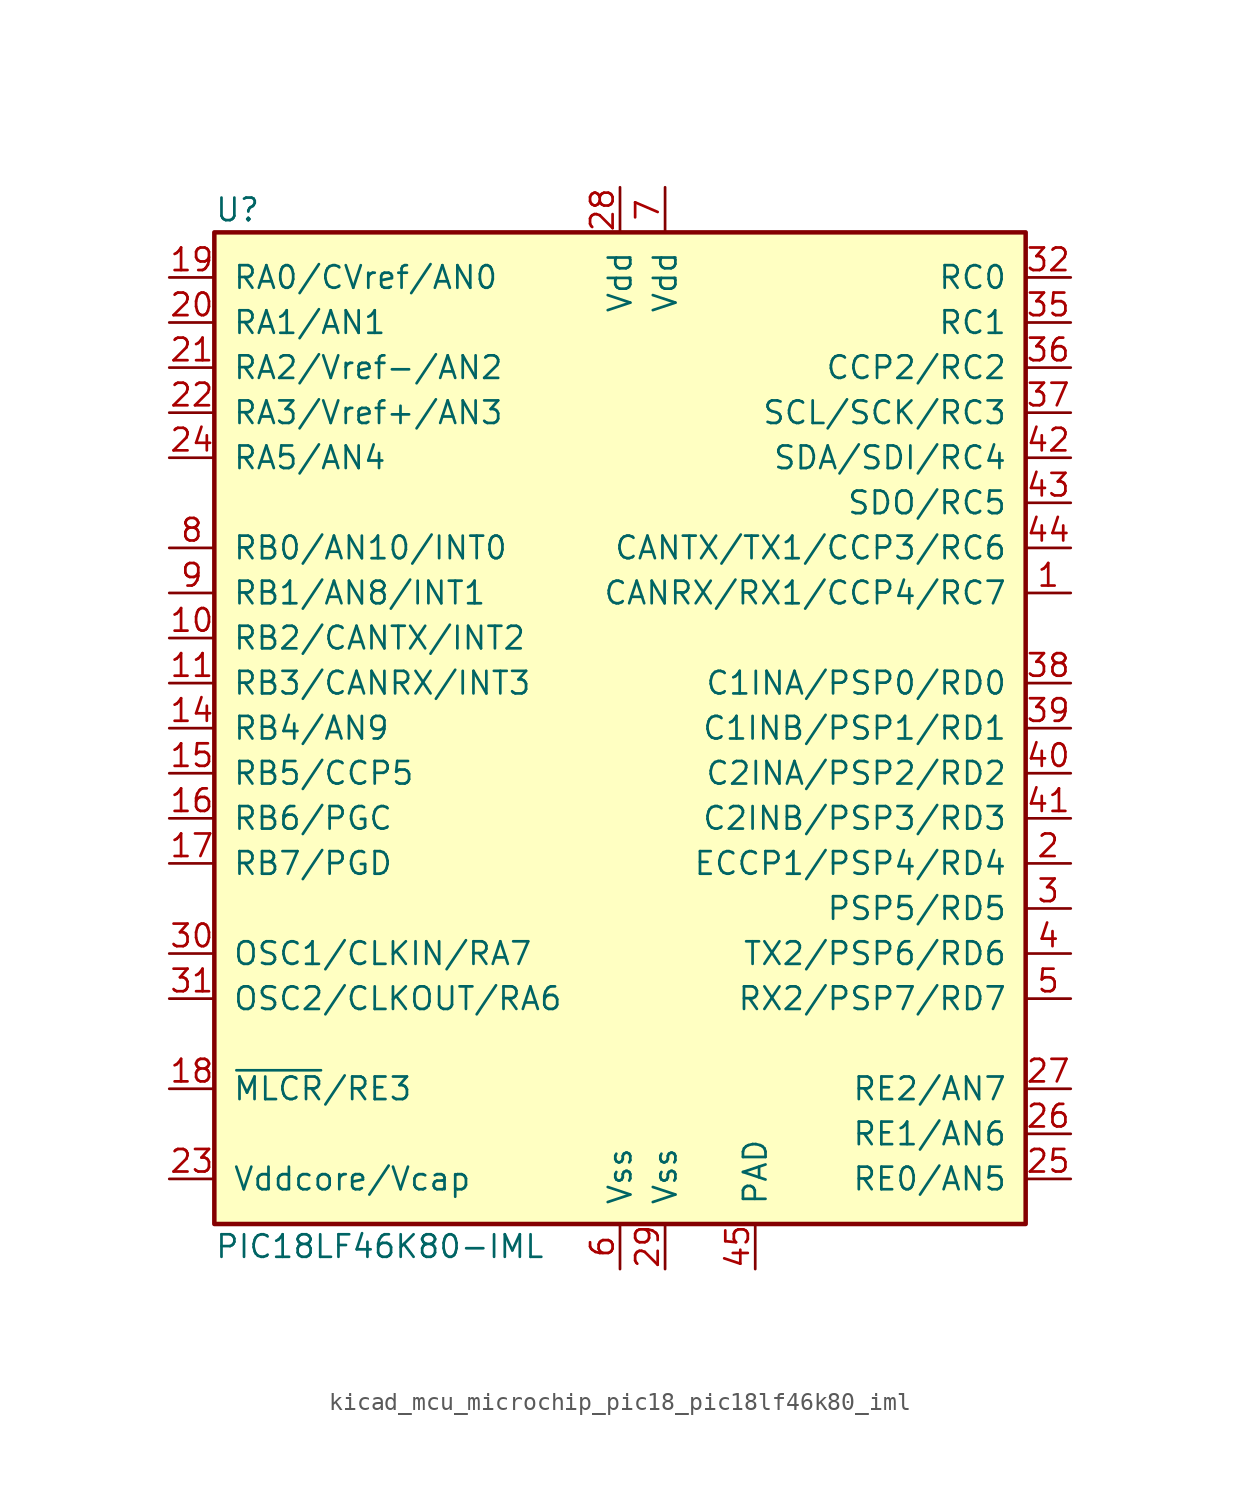
<source format=kicad_sym>
(kicad_symbol_lib
  (version 20220914)
  (generator kicad_symbol_editor)
  (symbol "kicad_mcu_microchip_pic18_pic18lf46k80_iml"
    (pin_names
      (offset 1.016))
    (property "Reference" "U"
      (at -22.86 29.21 0)
      (effects (font (size 1.27 1.27)) (justify left)))
    (property "Value" "PIC18LF46K80-IML"
      (at -22.86 -29.21 0)
      (effects (font (size 1.27 1.27)) (justify left)))
    (symbol "kicad_mcu_microchip_pic18_pic18lf46k80_iml_0_1"
      (rectangle (start -22.86 27.94) (end 22.86 -27.94) (stroke (width 0.254) (type default)) (fill (type background))))
    (symbol "kicad_mcu_microchip_pic18_pic18lf46k80_iml_1_1"
      (pin bidirectional line (at 25.4 7.62 180) (length 2.54) (name "CANRX/RX1/CCP4/RC7" (effects (font (size 1.27 1.27)))) (number "1" (effects (font (size 1.27 1.27)))))
      (pin bidirectional line (at -25.4 5.08 0) (length 2.54) (name "RB2/CANTX/INT2" (effects (font (size 1.27 1.27)))) (number "10" (effects (font (size 1.27 1.27)))))
      (pin bidirectional line (at -25.4 2.54 0) (length 2.54) (name "RB3/CANRX/INT3" (effects (font (size 1.27 1.27)))) (number "11" (effects (font (size 1.27 1.27)))))
      (pin no_connect line (at -10.16 -27.94 90) (length 2.54) hide (name "NC" (effects (font (size 1.27 1.27)))) (number "12" (effects (font (size 1.27 1.27)))))
      (pin no_connect line (at -7.62 -27.94 90) (length 2.54) hide (name "NC" (effects (font (size 1.27 1.27)))) (number "13" (effects (font (size 1.27 1.27)))))
      (pin bidirectional line (at -25.4 0 0) (length 2.54) (name "RB4/AN9" (effects (font (size 1.27 1.27)))) (number "14" (effects (font (size 1.27 1.27)))))
      (pin bidirectional line (at -25.4 -2.54 0) (length 2.54) (name "RB5/CCP5" (effects (font (size 1.27 1.27)))) (number "15" (effects (font (size 1.27 1.27)))))
      (pin bidirectional line (at -25.4 -5.08 0) (length 2.54) (name "RB6/PGC" (effects (font (size 1.27 1.27)))) (number "16" (effects (font (size 1.27 1.27)))))
      (pin bidirectional line (at -25.4 -7.62 0) (length 2.54) (name "RB7/PGD" (effects (font (size 1.27 1.27)))) (number "17" (effects (font (size 1.27 1.27)))))
      (pin bidirectional line (at -25.4 -20.32 0) (length 2.54) (name "~{MLCR}/RE3" (effects (font (size 1.27 1.27)))) (number "18" (effects (font (size 1.27 1.27)))))
      (pin bidirectional line (at -25.4 25.4 0) (length 2.54) (name "RA0/CVref/AN0" (effects (font (size 1.27 1.27)))) (number "19" (effects (font (size 1.27 1.27)))))
      (pin bidirectional line (at 25.4 -7.62 180) (length 2.54) (name "ECCP1/PSP4/RD4" (effects (font (size 1.27 1.27)))) (number "2" (effects (font (size 1.27 1.27)))))
      (pin bidirectional line (at -25.4 22.86 0) (length 2.54) (name "RA1/AN1" (effects (font (size 1.27 1.27)))) (number "20" (effects (font (size 1.27 1.27)))))
      (pin bidirectional line (at -25.4 20.32 0) (length 2.54) (name "RA2/Vref-/AN2" (effects (font (size 1.27 1.27)))) (number "21" (effects (font (size 1.27 1.27)))))
      (pin bidirectional line (at -25.4 17.78 0) (length 2.54) (name "RA3/Vref+/AN3" (effects (font (size 1.27 1.27)))) (number "22" (effects (font (size 1.27 1.27)))))
      (pin power_in line (at -25.4 -25.4 0) (length 2.54) (name "Vddcore/Vcap" (effects (font (size 1.27 1.27)))) (number "23" (effects (font (size 1.27 1.27)))))
      (pin bidirectional line (at -25.4 15.24 0) (length 2.54) (name "RA5/AN4" (effects (font (size 1.27 1.27)))) (number "24" (effects (font (size 1.27 1.27)))))
      (pin bidirectional line (at 25.4 -25.4 180) (length 2.54) (name "RE0/AN5" (effects (font (size 1.27 1.27)))) (number "25" (effects (font (size 1.27 1.27)))))
      (pin bidirectional line (at 25.4 -22.86 180) (length 2.54) (name "RE1/AN6" (effects (font (size 1.27 1.27)))) (number "26" (effects (font (size 1.27 1.27)))))
      (pin bidirectional line (at 25.4 -20.32 180) (length 2.54) (name "RE2/AN7" (effects (font (size 1.27 1.27)))) (number "27" (effects (font (size 1.27 1.27)))))
      (pin power_in line (at 0 30.48 270) (length 2.54) (name "Vdd" (effects (font (size 1.27 1.27)))) (number "28" (effects (font (size 1.27 1.27)))))
      (pin power_in line (at 2.54 -30.48 90) (length 2.54) (name "Vss" (effects (font (size 1.27 1.27)))) (number "29" (effects (font (size 1.27 1.27)))))
      (pin bidirectional line (at 25.4 -10.16 180) (length 2.54) (name "PSP5/RD5" (effects (font (size 1.27 1.27)))) (number "3" (effects (font (size 1.27 1.27)))))
      (pin input line (at -25.4 -12.7 0) (length 2.54) (name "OSC1/CLKIN/RA7" (effects (font (size 1.27 1.27)))) (number "30" (effects (font (size 1.27 1.27)))))
      (pin input line (at -25.4 -15.24 0) (length 2.54) (name "OSC2/CLKOUT/RA6" (effects (font (size 1.27 1.27)))) (number "31" (effects (font (size 1.27 1.27)))))
      (pin bidirectional line (at 25.4 25.4 180) (length 2.54) (name "RC0" (effects (font (size 1.27 1.27)))) (number "32" (effects (font (size 1.27 1.27)))))
      (pin no_connect line (at -5.08 -27.94 90) (length 2.54) hide (name "NC" (effects (font (size 1.27 1.27)))) (number "33" (effects (font (size 1.27 1.27)))))
      (pin no_connect line (at -2.54 -27.94 90) (length 2.54) hide (name "NC" (effects (font (size 1.27 1.27)))) (number "34" (effects (font (size 1.27 1.27)))))
      (pin bidirectional line (at 25.4 22.86 180) (length 2.54) (name "RC1" (effects (font (size 1.27 1.27)))) (number "35" (effects (font (size 1.27 1.27)))))
      (pin bidirectional line (at 25.4 20.32 180) (length 2.54) (name "CCP2/RC2" (effects (font (size 1.27 1.27)))) (number "36" (effects (font (size 1.27 1.27)))))
      (pin bidirectional line (at 25.4 17.78 180) (length 2.54) (name "SCL/SCK/RC3" (effects (font (size 1.27 1.27)))) (number "37" (effects (font (size 1.27 1.27)))))
      (pin bidirectional line (at 25.4 2.54 180) (length 2.54) (name "C1INA/PSP0/RD0" (effects (font (size 1.27 1.27)))) (number "38" (effects (font (size 1.27 1.27)))))
      (pin bidirectional line (at 25.4 0 180) (length 2.54) (name "C1INB/PSP1/RD1" (effects (font (size 1.27 1.27)))) (number "39" (effects (font (size 1.27 1.27)))))
      (pin bidirectional line (at 25.4 -12.7 180) (length 2.54) (name "TX2/PSP6/RD6" (effects (font (size 1.27 1.27)))) (number "4" (effects (font (size 1.27 1.27)))))
      (pin bidirectional line (at 25.4 -2.54 180) (length 2.54) (name "C2INA/PSP2/RD2" (effects (font (size 1.27 1.27)))) (number "40" (effects (font (size 1.27 1.27)))))
      (pin bidirectional line (at 25.4 -5.08 180) (length 2.54) (name "C2INB/PSP3/RD3" (effects (font (size 1.27 1.27)))) (number "41" (effects (font (size 1.27 1.27)))))
      (pin bidirectional line (at 25.4 15.24 180) (length 2.54) (name "SDA/SDI/RC4" (effects (font (size 1.27 1.27)))) (number "42" (effects (font (size 1.27 1.27)))))
      (pin bidirectional line (at 25.4 12.7 180) (length 2.54) (name "SDO/RC5" (effects (font (size 1.27 1.27)))) (number "43" (effects (font (size 1.27 1.27)))))
      (pin bidirectional line (at 25.4 10.16 180) (length 2.54) (name "CANTX/TX1/CCP3/RC6" (effects (font (size 1.27 1.27)))) (number "44" (effects (font (size 1.27 1.27)))))
      (pin power_in line (at 7.62 -30.48 90) (length 2.54) (name "PAD" (effects (font (size 1.27 1.27)))) (number "45" (effects (font (size 1.27 1.27)))))
      (pin bidirectional line (at 25.4 -15.24 180) (length 2.54) (name "RX2/PSP7/RD7" (effects (font (size 1.27 1.27)))) (number "5" (effects (font (size 1.27 1.27)))))
      (pin power_in line (at 0 -30.48 90) (length 2.54) (name "Vss" (effects (font (size 1.27 1.27)))) (number "6" (effects (font (size 1.27 1.27)))))
      (pin power_in line (at 2.54 30.48 270) (length 2.54) (name "Vdd" (effects (font (size 1.27 1.27)))) (number "7" (effects (font (size 1.27 1.27)))))
      (pin bidirectional line (at -25.4 10.16 0) (length 2.54) (name "RB0/AN10/INT0" (effects (font (size 1.27 1.27)))) (number "8" (effects (font (size 1.27 1.27)))))
      (pin bidirectional line (at -25.4 7.62 0) (length 2.54) (name "RB1/AN8/INT1" (effects (font (size 1.27 1.27)))) (number "9" (effects (font (size 1.27 1.27))))))))
</source>
